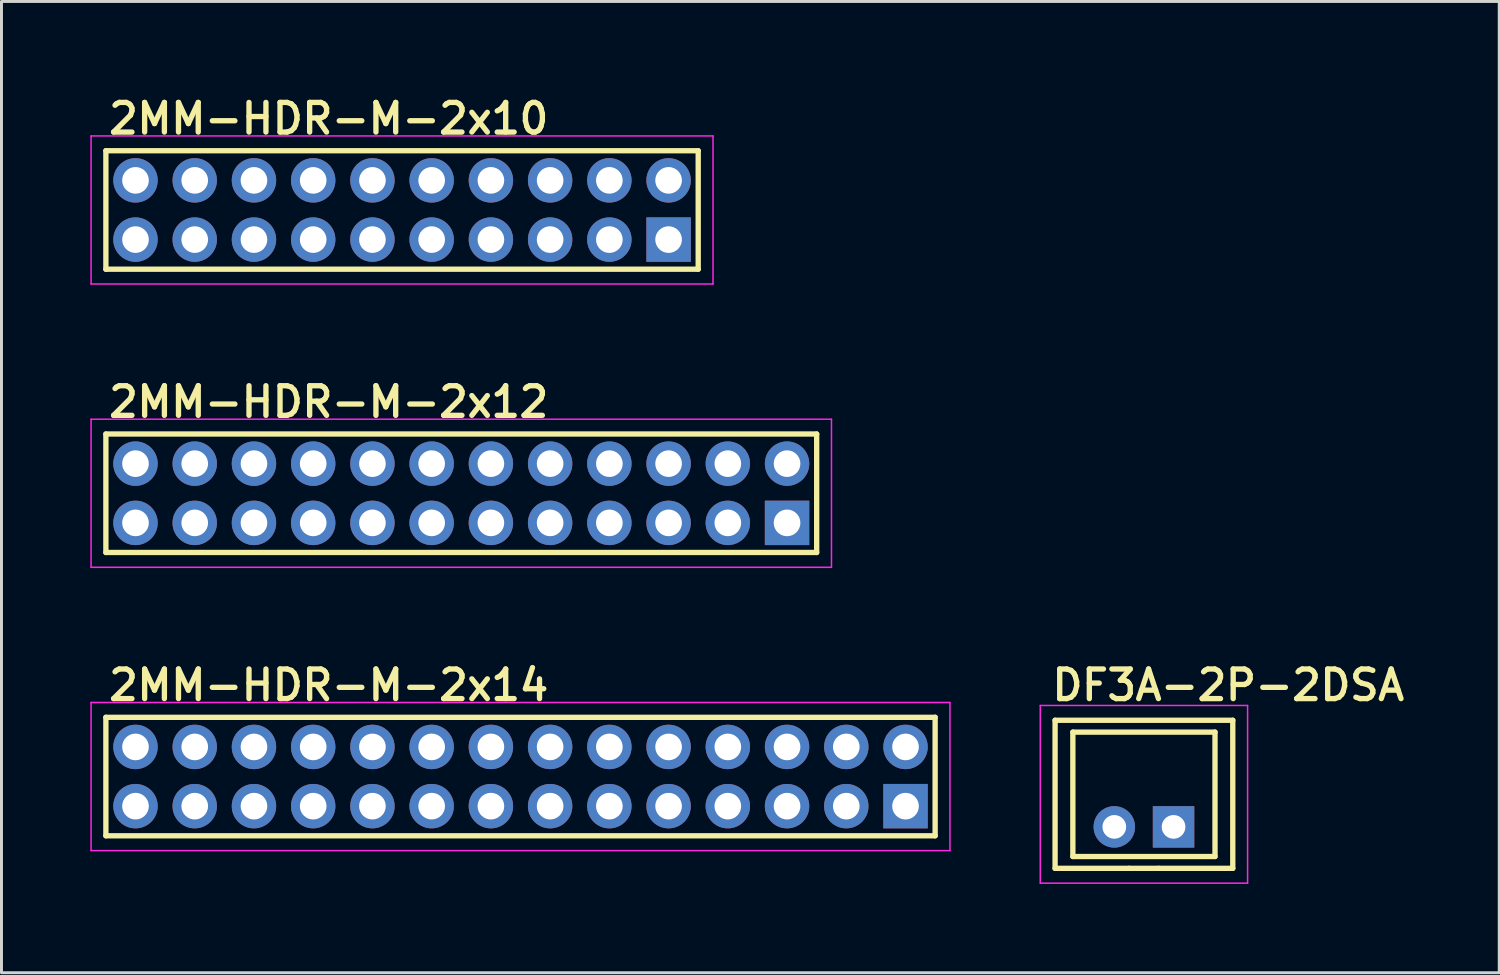
<source format=kicad_pcb>
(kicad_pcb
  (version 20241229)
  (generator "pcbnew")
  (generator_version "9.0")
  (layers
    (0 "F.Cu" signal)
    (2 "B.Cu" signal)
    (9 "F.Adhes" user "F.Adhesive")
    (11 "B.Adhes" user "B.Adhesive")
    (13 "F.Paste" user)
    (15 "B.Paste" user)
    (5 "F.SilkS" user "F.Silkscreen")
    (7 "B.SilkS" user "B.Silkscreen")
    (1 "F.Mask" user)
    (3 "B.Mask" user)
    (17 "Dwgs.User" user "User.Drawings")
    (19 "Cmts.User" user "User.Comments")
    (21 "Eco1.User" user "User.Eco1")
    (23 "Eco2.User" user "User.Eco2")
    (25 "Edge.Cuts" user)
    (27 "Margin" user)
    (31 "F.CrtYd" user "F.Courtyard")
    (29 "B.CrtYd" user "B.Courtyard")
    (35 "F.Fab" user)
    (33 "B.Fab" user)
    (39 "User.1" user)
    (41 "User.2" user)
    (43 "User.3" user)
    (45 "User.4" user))
  (footprint "2MM-HDR-M-2x10"
    (layer "F.Cu")
    (at 10.525 4.04)
    (property "Reference" "2MM-HDR-M-2x10" (at -10 -2.5 0) (layer "F.SilkS") (effects (font (size 1 1) (thickness 0.18)) (justify left bottom)))
    (attr through_hole)
    (fp_line (start -10 -2) (end 10 -2) (stroke (width 0.18) (type solid)) (layer "F.SilkS"))
    (fp_line (start -10 2) (end -10 -2) (stroke (width 0.18) (type solid)) (layer "F.SilkS"))
    (fp_line (start 10 -2) (end 10 2) (stroke (width 0.18) (type solid)) (layer "F.SilkS"))
    (fp_line (start 10 2) (end -10 2) (stroke (width 0.18) (type solid)) (layer "F.SilkS"))
    (fp_line (start -10.5 -2.5) (end 10.5 -2.5) (stroke (width 0.05) (type solid)) (layer "F.CrtYd"))
    (fp_line (start -10.5 2.5) (end -10.5 -2.5) (stroke (width 0.05) (type solid)) (layer "F.CrtYd"))
    (fp_line (start 10.5 -2.5) (end 10.5 2.5) (stroke (width 0.05) (type solid)) (layer "F.CrtYd"))
    (fp_line (start 10.5 2.5) (end -10.5 2.5) (stroke (width 0.05) (type solid)) (layer "F.CrtYd"))
    (pad "1" thru_hole rect (at 9 1) (size 1.5 1.5) (drill 0.9) (layers "*.Cu" "*.Mask"))
    (pad "2" thru_hole circle (at 9 -1) (size 1.5 1.5) (drill 0.9) (layers "*.Cu" "*.Mask"))
    (pad "3" thru_hole circle (at 7 1) (size 1.5 1.5) (drill 0.9) (layers "*.Cu" "*.Mask"))
    (pad "4" thru_hole circle (at 7 -1) (size 1.5 1.5) (drill 0.9) (layers "*.Cu" "*.Mask"))
    (pad "5" thru_hole circle (at 5 1) (size 1.5 1.5) (drill 0.9) (layers "*.Cu" "*.Mask"))
    (pad "6" thru_hole circle (at 5 -1) (size 1.5 1.5) (drill 0.9) (layers "*.Cu" "*.Mask"))
    (pad "7" thru_hole circle (at 3 1) (size 1.5 1.5) (drill 0.9) (layers "*.Cu" "*.Mask"))
    (pad "8" thru_hole circle (at 3 -1) (size 1.5 1.5) (drill 0.9) (layers "*.Cu" "*.Mask"))
    (pad "9" thru_hole circle (at 1 1) (size 1.5 1.5) (drill 0.9) (layers "*.Cu" "*.Mask"))
    (pad "10" thru_hole circle (at 1 -1) (size 1.5 1.5) (drill 0.9) (layers "*.Cu" "*.Mask"))
    (pad "11" thru_hole circle (at -1 1) (size 1.5 1.5) (drill 0.9) (layers "*.Cu" "*.Mask"))
    (pad "12" thru_hole circle (at -1 -1) (size 1.5 1.5) (drill 0.9) (layers "*.Cu" "*.Mask"))
    (pad "13" thru_hole circle (at -3 1) (size 1.5 1.5) (drill 0.9) (layers "*.Cu" "*.Mask"))
    (pad "14" thru_hole circle (at -3 -1) (size 1.5 1.5) (drill 0.9) (layers "*.Cu" "*.Mask"))
    (pad "15" thru_hole circle (at -5 1) (size 1.5 1.5) (drill 0.9) (layers "*.Cu" "*.Mask"))
    (pad "16" thru_hole circle (at -5 -1) (size 1.5 1.5) (drill 0.9) (layers "*.Cu" "*.Mask"))
    (pad "17" thru_hole circle (at -7 1) (size 1.5 1.5) (drill 0.9) (layers "*.Cu" "*.Mask"))
    (pad "18" thru_hole circle (at -7 -1) (size 1.5 1.5) (drill 0.9) (layers "*.Cu" "*.Mask"))
    (pad "19" thru_hole circle (at -9 1) (size 1.5 1.5) (drill 0.9) (layers "*.Cu" "*.Mask"))
    (pad "20" thru_hole circle (at -9 -1) (size 1.5 1.5) (drill 0.9) (layers "*.Cu" "*.Mask")))
  (footprint "2MM-HDR-M-2x14"
    (layer "F.Cu")
    (at 14.525 23.17)
    (property "Reference" "2MM-HDR-M-2x14" (at -14 -2.5 0) (layer "F.SilkS") (effects (font (size 1 1) (thickness 0.18)) (justify left bottom)))
    (attr through_hole)
    (fp_line (start -14 -2) (end 14 -2) (stroke (width 0.18) (type solid)) (layer "F.SilkS"))
    (fp_line (start -14 2) (end -14 -2) (stroke (width 0.18) (type solid)) (layer "F.SilkS"))
    (fp_line (start 14 -2) (end 14 2) (stroke (width 0.18) (type solid)) (layer "F.SilkS"))
    (fp_line (start 14 2) (end -14 2) (stroke (width 0.18) (type solid)) (layer "F.SilkS"))
    (fp_line (start -14.5 -2.5) (end 14.5 -2.5) (stroke (width 0.05) (type solid)) (layer "F.CrtYd"))
    (fp_line (start -14.5 2.5) (end -14.5 -2.5) (stroke (width 0.05) (type solid)) (layer "F.CrtYd"))
    (fp_line (start 14.5 -2.5) (end 14.5 2.5) (stroke (width 0.05) (type solid)) (layer "F.CrtYd"))
    (fp_line (start 14.5 2.5) (end -14.5 2.5) (stroke (width 0.05) (type solid)) (layer "F.CrtYd"))
    (pad "1" thru_hole rect (at 13 1) (size 1.5 1.5) (drill 0.9) (layers "*.Cu" "*.Mask"))
    (pad "2" thru_hole circle (at 13 -1) (size 1.5 1.5) (drill 0.9) (layers "*.Cu" "*.Mask"))
    (pad "3" thru_hole circle (at 11 1) (size 1.5 1.5) (drill 0.9) (layers "*.Cu" "*.Mask"))
    (pad "4" thru_hole circle (at 11 -1) (size 1.5 1.5) (drill 0.9) (layers "*.Cu" "*.Mask"))
    (pad "5" thru_hole circle (at 9 1) (size 1.5 1.5) (drill 0.9) (layers "*.Cu" "*.Mask"))
    (pad "6" thru_hole circle (at 9 -1) (size 1.5 1.5) (drill 0.9) (layers "*.Cu" "*.Mask"))
    (pad "7" thru_hole circle (at 7 1) (size 1.5 1.5) (drill 0.9) (layers "*.Cu" "*.Mask"))
    (pad "8" thru_hole circle (at 7 -1) (size 1.5 1.5) (drill 0.9) (layers "*.Cu" "*.Mask"))
    (pad "9" thru_hole circle (at 5 1) (size 1.5 1.5) (drill 0.9) (layers "*.Cu" "*.Mask"))
    (pad "10" thru_hole circle (at 5 -1) (size 1.5 1.5) (drill 0.9) (layers "*.Cu" "*.Mask"))
    (pad "11" thru_hole circle (at 3 1) (size 1.5 1.5) (drill 0.9) (layers "*.Cu" "*.Mask"))
    (pad "12" thru_hole circle (at 3 -1) (size 1.5 1.5) (drill 0.9) (layers "*.Cu" "*.Mask"))
    (pad "13" thru_hole circle (at 1 1) (size 1.5 1.5) (drill 0.9) (layers "*.Cu" "*.Mask"))
    (pad "14" thru_hole circle (at 1 -1) (size 1.5 1.5) (drill 0.9) (layers "*.Cu" "*.Mask"))
    (pad "15" thru_hole circle (at -1 1) (size 1.5 1.5) (drill 0.9) (layers "*.Cu" "*.Mask"))
    (pad "16" thru_hole circle (at -1 -1) (size 1.5 1.5) (drill 0.9) (layers "*.Cu" "*.Mask"))
    (pad "17" thru_hole circle (at -3 1) (size 1.5 1.5) (drill 0.9) (layers "*.Cu" "*.Mask"))
    (pad "18" thru_hole circle (at -3 -1) (size 1.5 1.5) (drill 0.9) (layers "*.Cu" "*.Mask"))
    (pad "19" thru_hole circle (at -5 1) (size 1.5 1.5) (drill 0.9) (layers "*.Cu" "*.Mask"))
    (pad "20" thru_hole circle (at -5 -1) (size 1.5 1.5) (drill 0.9) (layers "*.Cu" "*.Mask"))
    (pad "21" thru_hole circle (at -7 1) (size 1.5 1.5) (drill 0.9) (layers "*.Cu" "*.Mask"))
    (pad "22" thru_hole circle (at -7 -1) (size 1.5 1.5) (drill 0.9) (layers "*.Cu" "*.Mask"))
    (pad "23" thru_hole circle (at -9 1) (size 1.5 1.5) (drill 0.9) (layers "*.Cu" "*.Mask"))
    (pad "24" thru_hole circle (at -9 -1) (size 1.5 1.5) (drill 0.9) (layers "*.Cu" "*.Mask"))
    (pad "25" thru_hole circle (at -11 1) (size 1.5 1.5) (drill 0.9) (layers "*.Cu" "*.Mask"))
    (pad "26" thru_hole circle (at -11 -1) (size 1.5 1.5) (drill 0.9) (layers "*.Cu" "*.Mask"))
    (pad "27" thru_hole circle (at -13 1) (size 1.5 1.5) (drill 0.9) (layers "*.Cu" "*.Mask"))
    (pad "28" thru_hole circle (at -13 -1) (size 1.5 1.5) (drill 0.9) (layers "*.Cu" "*.Mask")))
  (footprint "DF3A-2P-2DSA"
    (layer "F.Cu")
    (at 35.575 24.87)
    (property "Reference" "DF3A-2P-2DSA" (at -3.2 -4.2 0) (layer "F.SilkS") (effects (font (size 1 1) (thickness 0.18)) (justify left bottom)))
    (attr through_hole)
    (fp_line (start -3 -3.6) (end 3 -3.6) (stroke (width 0.18) (type solid)) (layer "F.SilkS"))
    (fp_line (start -3 1.4) (end -3 -3.6) (stroke (width 0.18) (type solid)) (layer "F.SilkS"))
    (fp_line (start -2.4 -3.2) (end -2.4 1) (stroke (width 0.18) (type solid)) (layer "F.SilkS"))
    (fp_line (start -2.4 -3.2) (end 2.4 -3.2) (stroke (width 0.18) (type solid)) (layer "F.SilkS"))
    (fp_line (start -2.4 1) (end 2.4 1) (stroke (width 0.18) (type solid)) (layer "F.SilkS"))
    (fp_line (start -0.5 1.4) (end -3 1.4) (stroke (width 0.18) (type solid)) (layer "F.SilkS"))
    (fp_line (start 0.5 1.4) (end -0.5 1.4) (stroke (width 0.18) (type solid)) (layer "F.SilkS"))
    (fp_line (start 2.4 -3.2) (end 2.4 1) (stroke (width 0.18) (type solid)) (layer "F.SilkS"))
    (fp_line (start 3 -3.6) (end 3 1.4) (stroke (width 0.18) (type solid)) (layer "F.SilkS"))
    (fp_line (start 3 1.4) (end 0.5 1.4) (stroke (width 0.18) (type solid)) (layer "F.SilkS"))
    (fp_line (start -3.5 -4.1) (end 3.5 -4.1) (stroke (width 0.05) (type solid)) (layer "F.CrtYd"))
    (fp_line (start -3.5 1.9) (end -3.5 -4.1) (stroke (width 0.05) (type solid)) (layer "F.CrtYd"))
    (fp_line (start 3.5 -4.1) (end 3.5 1.9) (stroke (width 0.05) (type solid)) (layer "F.CrtYd"))
    (fp_line (start 3.5 1.9) (end -3.5 1.9) (stroke (width 0.05) (type solid)) (layer "F.CrtYd"))
    (pad "1" thru_hole rect (at 1 0) (size 1.4 1.4) (drill 0.8) (layers "*.Cu" "*.Mask"))
    (pad "2" thru_hole circle (at -1 0) (size 1.4 1.4) (drill 0.8) (layers "*.Cu" "*.Mask")))
  (footprint "2MM-HDR-M-2x12"
    (layer "F.Cu")
    (at 12.525 13.605)
    (property "Reference" "2MM-HDR-M-2x12" (at -12 -2.5 0) (layer "F.SilkS") (effects (font (size 1 1) (thickness 0.18)) (justify left bottom)))
    (attr through_hole)
    (fp_line (start -12 -2) (end 12 -2) (stroke (width 0.18) (type solid)) (layer "F.SilkS"))
    (fp_line (start -12 2) (end -12 -2) (stroke (width 0.18) (type solid)) (layer "F.SilkS"))
    (fp_line (start 12 -2) (end 12 2) (stroke (width 0.18) (type solid)) (layer "F.SilkS"))
    (fp_line (start 12 2) (end -12 2) (stroke (width 0.18) (type solid)) (layer "F.SilkS"))
    (fp_line (start -12.5 -2.5) (end 12.5 -2.5) (stroke (width 0.05) (type solid)) (layer "F.CrtYd"))
    (fp_line (start -12.5 2.5) (end -12.5 -2.5) (stroke (width 0.05) (type solid)) (layer "F.CrtYd"))
    (fp_line (start 12.5 -2.5) (end 12.5 2.5) (stroke (width 0.05) (type solid)) (layer "F.CrtYd"))
    (fp_line (start 12.5 2.5) (end -12.5 2.5) (stroke (width 0.05) (type solid)) (layer "F.CrtYd"))
    (pad "1" thru_hole rect (at 11 1) (size 1.5 1.5) (drill 0.9) (layers "*.Cu" "*.Mask"))
    (pad "2" thru_hole circle (at 11 -1) (size 1.5 1.5) (drill 0.9) (layers "*.Cu" "*.Mask"))
    (pad "3" thru_hole circle (at 9 1) (size 1.5 1.5) (drill 0.9) (layers "*.Cu" "*.Mask"))
    (pad "4" thru_hole circle (at 9 -1) (size 1.5 1.5) (drill 0.9) (layers "*.Cu" "*.Mask"))
    (pad "5" thru_hole circle (at 7 1) (size 1.5 1.5) (drill 0.9) (layers "*.Cu" "*.Mask"))
    (pad "6" thru_hole circle (at 7 -1) (size 1.5 1.5) (drill 0.9) (layers "*.Cu" "*.Mask"))
    (pad "7" thru_hole circle (at 5 1) (size 1.5 1.5) (drill 0.9) (layers "*.Cu" "*.Mask"))
    (pad "8" thru_hole circle (at 5 -1) (size 1.5 1.5) (drill 0.9) (layers "*.Cu" "*.Mask"))
    (pad "9" thru_hole circle (at 3 1) (size 1.5 1.5) (drill 0.9) (layers "*.Cu" "*.Mask"))
    (pad "10" thru_hole circle (at 3 -1) (size 1.5 1.5) (drill 0.9) (layers "*.Cu" "*.Mask"))
    (pad "11" thru_hole circle (at 1 1) (size 1.5 1.5) (drill 0.9) (layers "*.Cu" "*.Mask"))
    (pad "12" thru_hole circle (at 1 -1) (size 1.5 1.5) (drill 0.9) (layers "*.Cu" "*.Mask"))
    (pad "13" thru_hole circle (at -1 1) (size 1.5 1.5) (drill 0.9) (layers "*.Cu" "*.Mask"))
    (pad "14" thru_hole circle (at -1 -1) (size 1.5 1.5) (drill 0.9) (layers "*.Cu" "*.Mask"))
    (pad "15" thru_hole circle (at -3 1) (size 1.5 1.5) (drill 0.9) (layers "*.Cu" "*.Mask"))
    (pad "16" thru_hole circle (at -3 -1) (size 1.5 1.5) (drill 0.9) (layers "*.Cu" "*.Mask"))
    (pad "17" thru_hole circle (at -5 1) (size 1.5 1.5) (drill 0.9) (layers "*.Cu" "*.Mask"))
    (pad "18" thru_hole circle (at -5 -1) (size 1.5 1.5) (drill 0.9) (layers "*.Cu" "*.Mask"))
    (pad "19" thru_hole circle (at -7 1) (size 1.5 1.5) (drill 0.9) (layers "*.Cu" "*.Mask"))
    (pad "20" thru_hole circle (at -7 -1) (size 1.5 1.5) (drill 0.9) (layers "*.Cu" "*.Mask"))
    (pad "21" thru_hole circle (at -9 1) (size 1.5 1.5) (drill 0.9) (layers "*.Cu" "*.Mask"))
    (pad "22" thru_hole circle (at -9 -1) (size 1.5 1.5) (drill 0.9) (layers "*.Cu" "*.Mask"))
    (pad "23" thru_hole circle (at -11 1) (size 1.5 1.5) (drill 0.9) (layers "*.Cu" "*.Mask"))
    (pad "24" thru_hole circle (at -11 -1) (size 1.5 1.5) (drill 0.9) (layers "*.Cu" "*.Mask")))
  (gr_rect
    (start -3 -3)
    (end 47.572 29.795)
    (stroke (width 0.1) (type default))
    (fill no)
    (layer "Edge.Cuts")))
</source>
